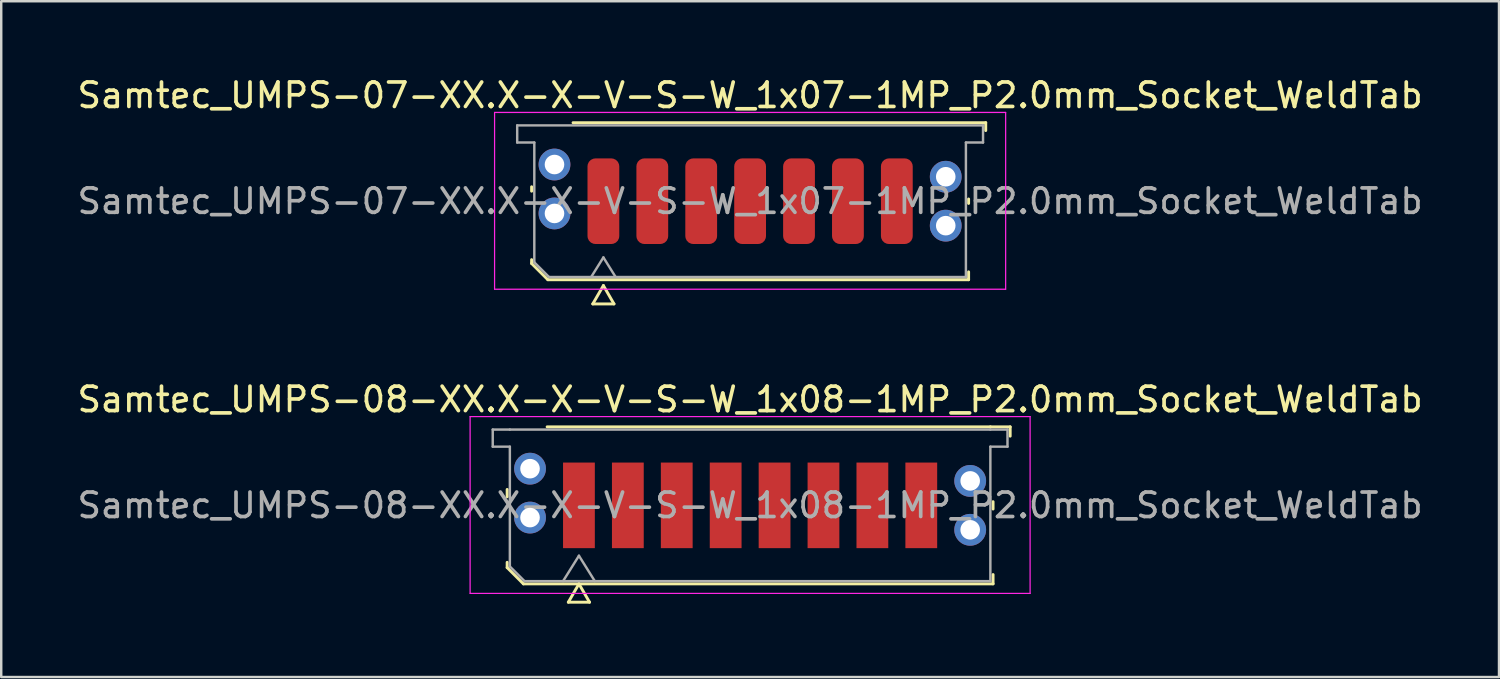
<source format=kicad_pcb>
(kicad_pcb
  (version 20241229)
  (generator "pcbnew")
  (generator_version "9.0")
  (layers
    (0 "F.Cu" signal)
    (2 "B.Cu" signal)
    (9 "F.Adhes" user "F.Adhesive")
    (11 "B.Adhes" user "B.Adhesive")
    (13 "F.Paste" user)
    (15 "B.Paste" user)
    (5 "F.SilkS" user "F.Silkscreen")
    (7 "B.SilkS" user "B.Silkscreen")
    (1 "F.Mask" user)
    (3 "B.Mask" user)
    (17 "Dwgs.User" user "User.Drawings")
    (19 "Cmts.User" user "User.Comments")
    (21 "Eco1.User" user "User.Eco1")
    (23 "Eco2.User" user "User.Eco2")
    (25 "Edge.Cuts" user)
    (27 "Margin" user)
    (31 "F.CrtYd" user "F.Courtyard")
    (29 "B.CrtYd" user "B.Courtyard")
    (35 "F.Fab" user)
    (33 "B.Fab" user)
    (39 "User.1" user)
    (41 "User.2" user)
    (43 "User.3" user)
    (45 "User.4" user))
  (footprint "Samtec_UMPS-07-XX.X-X-V-S-W_1x07-1MP_P2.0mm_Socket_WeldTab"
    (layer "F.Cu")
    (at 27.625 5.178)
    (property "Reference" "Samtec_UMPS-07-XX.X-X-V-S-W_1x07-1MP_P2.0mm_Socket_WeldTab" (at 0 -4.33 0) (layer "F.SilkS") (effects (font (size 1 1) (thickness 0.15))))
    (attr smd)
    (fp_line (start -8.935 -0.41) (end -8.935 -0.59) (stroke (width 0.12) (type solid)) (layer "F.SilkS"))
    (fp_line (start -8.935 2.546) (end -8.935 2.39) (stroke (width 0.12) (type solid)) (layer "F.SilkS"))
    (fp_line (start -8.271 3.21) (end -8.935 2.546) (stroke (width 0.12) (type solid)) (layer "F.SilkS"))
    (fp_line (start -7.24 -3.21) (end 9.635 -3.21) (stroke (width 0.12) (type solid)) (layer "F.SilkS"))
    (fp_line (start -6.433 4.2) (end -6 3.45) (stroke (width 0.12) (type solid)) (layer "F.SilkS"))
    (fp_line (start -6 3.45) (end -5.567 4.2) (stroke (width 0.12) (type solid)) (layer "F.SilkS"))
    (fp_line (start -5.567 4.2) (end -6.433 4.2) (stroke (width 0.12) (type solid)) (layer "F.SilkS"))
    (fp_line (start 8.935 -0.09) (end 8.935 0.09) (stroke (width 0.12) (type solid)) (layer "F.SilkS"))
    (fp_line (start 8.935 2.89) (end 8.935 3.21) (stroke (width 0.12) (type solid)) (layer "F.SilkS"))
    (fp_line (start 8.935 3.21) (end -8.271 3.21) (stroke (width 0.12) (type solid)) (layer "F.SilkS"))
    (fp_line (start 9.635 -3.21) (end 9.635 -2.89) (stroke (width 0.12) (type solid)) (layer "F.SilkS"))
    (fp_line (start -10.45 -3.63) (end -10.45 3.6) (stroke (width 0.05) (type solid)) (layer "F.CrtYd"))
    (fp_line (start -10.45 3.6) (end 10.45 3.6) (stroke (width 0.05) (type solid)) (layer "F.CrtYd"))
    (fp_line (start 10.45 -3.63) (end -10.45 -3.63) (stroke (width 0.05) (type solid)) (layer "F.CrtYd"))
    (fp_line (start 10.45 3.6) (end 10.45 -3.63) (stroke (width 0.05) (type solid)) (layer "F.CrtYd"))
    (fp_line (start -9.525 -3.1) (end 9.525 -3.1) (stroke (width 0.1) (type solid)) (layer "F.Fab"))
    (fp_line (start -9.525 -2.4) (end -9.525 -3.1) (stroke (width 0.1) (type solid)) (layer "F.Fab"))
    (fp_line (start -8.825 -2.4) (end -9.525 -2.4) (stroke (width 0.1) (type solid)) (layer "F.Fab"))
    (fp_line (start -8.825 2.5) (end -8.825 -2.4) (stroke (width 0.1) (type solid)) (layer "F.Fab"))
    (fp_line (start -8.225 3.1) (end -8.825 2.5) (stroke (width 0.1) (type solid)) (layer "F.Fab"))
    (fp_line (start -6.5 3.1) (end -6 2.3) (stroke (width 0.1) (type solid)) (layer "F.Fab"))
    (fp_line (start -6 2.3) (end -5.5 3.1) (stroke (width 0.1) (type solid)) (layer "F.Fab"))
    (fp_line (start 8.825 -2.4) (end 8.825 3.1) (stroke (width 0.1) (type solid)) (layer "F.Fab"))
    (fp_line (start 8.825 3.1) (end -8.225 3.1) (stroke (width 0.1) (type solid)) (layer "F.Fab"))
    (fp_line (start 9.525 -3.1) (end 9.525 -2.4) (stroke (width 0.1) (type solid)) (layer "F.Fab"))
    (fp_line (start 9.525 -2.4) (end 8.825 -2.4) (stroke (width 0.1) (type solid)) (layer "F.Fab"))
    (fp_text user "${REFERENCE}" (at 0 0 0) (layer "F.Fab") (effects (font (size 1 1) (thickness 0.15))))
    (pad "" smd rect (at -8.725 -1.99) (size 2.45 2.28) (layers "F.Paste"))
    (pad "" smd rect (at -8.725 0.99) (size 2.45 2.28) (layers "F.Paste"))
    (pad "" smd rect (at 8.725 -1.49) (size 2.45 2.28) (layers "F.Paste"))
    (pad "" smd rect (at 8.725 1.49) (size 2.45 2.28) (layers "F.Paste"))
    (pad "1" smd roundrect (at -6 0) (size 1.3 3.5) (layers "F.Cu" "F.Mask" "F.Paste") (roundrect_rratio 0.25))
    (pad "2" smd roundrect (at -4 0) (size 1.3 3.5) (layers "F.Cu" "F.Mask" "F.Paste") (roundrect_rratio 0.25))
    (pad "3" smd roundrect (at -2 0) (size 1.3 3.5) (layers "F.Cu" "F.Mask" "F.Paste") (roundrect_rratio 0.25))
    (pad "4" smd roundrect (at 0 0) (size 1.3 3.5) (layers "F.Cu" "F.Mask" "F.Paste") (roundrect_rratio 0.25))
    (pad "5" smd roundrect (at 2 0) (size 1.3 3.5) (layers "F.Cu" "F.Mask" "F.Paste") (roundrect_rratio 0.25))
    (pad "6" smd roundrect (at 4 0) (size 1.3 3.5) (layers "F.Cu" "F.Mask" "F.Paste") (roundrect_rratio 0.25))
    (pad "7" smd roundrect (at 6 0) (size 1.3 3.5) (layers "F.Cu" "F.Mask" "F.Paste") (roundrect_rratio 0.25))
    (pad "MP" thru_hole circle (at -8 -1.5) (size 1.3 1.3) (drill 0.8) (layers "*.Cu" "*.Mask"))
    (pad "MP" thru_hole circle (at -8 0.5) (size 1.3 1.3) (drill 0.8) (layers "*.Cu" "*.Mask"))
    (pad "MP" thru_hole circle (at 8 -1) (size 1.3 1.3) (drill 0.8) (layers "*.Cu" "*.Mask"))
    (pad "MP" thru_hole circle (at 8 1) (size 1.3 1.3) (drill 0.8) (layers "*.Cu" "*.Mask")))
  (footprint "Samtec_UMPS-08-XX.X-X-V-S-W_1x08-1MP_P2.0mm_Socket_WeldTab"
    (layer "F.Cu")
    (at 27.625 17.616)
    (property "Reference" "Samtec_UMPS-08-XX.X-X-V-S-W_1x08-1MP_P2.0mm_Socket_WeldTab" (at 0 -4.33 0) (layer "F.SilkS") (effects (font (size 1 1) (thickness 0.15))))
    (attr smd)
    (fp_line (start -9.935 -0.35) (end -9.935 -0.65) (stroke (width 0.12) (type solid)) (layer "F.SilkS"))
    (fp_line (start -9.935 2.546) (end -9.935 2.33) (stroke (width 0.12) (type solid)) (layer "F.SilkS"))
    (fp_line (start -9.271 3.21) (end -9.935 2.546) (stroke (width 0.12) (type solid)) (layer "F.SilkS"))
    (fp_line (start -8.3 -3.21) (end 9.825 -3.21) (stroke (width 0.12) (type solid)) (layer "F.SilkS"))
    (fp_line (start -7.433 3.96) (end -7 3.21) (stroke (width 0.12) (type solid)) (layer "F.SilkS"))
    (fp_line (start -7 3.21) (end -6.567 3.96) (stroke (width 0.12) (type solid)) (layer "F.SilkS"))
    (fp_line (start -6.567 3.96) (end -7.433 3.96) (stroke (width 0.12) (type solid)) (layer "F.SilkS"))
    (fp_line (start 9.825 -3.21) (end 10.635 -3.21) (stroke (width 0.12) (type solid)) (layer "F.SilkS"))
    (fp_line (start 9.935 -0.15) (end 9.935 0.15) (stroke (width 0.12) (type solid)) (layer "F.SilkS"))
    (fp_line (start 9.935 2.83) (end 9.935 3.21) (stroke (width 0.12) (type solid)) (layer "F.SilkS"))
    (fp_line (start 9.935 3.21) (end -9.271 3.21) (stroke (width 0.12) (type solid)) (layer "F.SilkS"))
    (fp_line (start 10.635 -3.21) (end 10.635 -2.83) (stroke (width 0.12) (type solid)) (layer "F.SilkS"))
    (fp_line (start -11.45 -3.63) (end -11.45 3.6) (stroke (width 0.05) (type solid)) (layer "F.CrtYd"))
    (fp_line (start -11.45 3.6) (end 11.45 3.6) (stroke (width 0.05) (type solid)) (layer "F.CrtYd"))
    (fp_line (start 11.45 -3.63) (end -11.45 -3.63) (stroke (width 0.05) (type solid)) (layer "F.CrtYd"))
    (fp_line (start 11.45 3.6) (end 11.45 -3.63) (stroke (width 0.05) (type solid)) (layer "F.CrtYd"))
    (fp_line (start -10.525 -3.1) (end -9.825 -3.1) (stroke (width 0.1) (type solid)) (layer "F.Fab"))
    (fp_line (start -10.525 -2.4) (end -10.525 -3.1) (stroke (width 0.1) (type solid)) (layer "F.Fab"))
    (fp_line (start -9.825 -3.1) (end 9.825 -3.1) (stroke (width 0.1) (type solid)) (layer "F.Fab"))
    (fp_line (start -9.825 -2.4) (end -10.525 -2.4) (stroke (width 0.1) (type solid)) (layer "F.Fab"))
    (fp_line (start -9.825 2.5) (end -9.825 -2.4) (stroke (width 0.1) (type solid)) (layer "F.Fab"))
    (fp_line (start -9.225 3.1) (end -9.825 2.5) (stroke (width 0.1) (type solid)) (layer "F.Fab"))
    (fp_line (start -7 2.06) (end -7.65 3.1) (stroke (width 0.1) (type solid)) (layer "F.Fab"))
    (fp_line (start -7 2.06) (end -6.35 3.1) (stroke (width 0.1) (type solid)) (layer "F.Fab"))
    (fp_line (start 9.825 -3.1) (end 10.525 -3.1) (stroke (width 0.1) (type solid)) (layer "F.Fab"))
    (fp_line (start 9.825 -2.4) (end 9.825 3.1) (stroke (width 0.1) (type solid)) (layer "F.Fab"))
    (fp_line (start 9.825 3.1) (end -9.225 3.1) (stroke (width 0.1) (type solid)) (layer "F.Fab"))
    (fp_line (start 10.525 -3.1) (end 10.525 -2.4) (stroke (width 0.1) (type solid)) (layer "F.Fab"))
    (fp_line (start 10.525 -2.4) (end 9.825 -2.4) (stroke (width 0.1) (type solid)) (layer "F.Fab"))
    (fp_text user "${REFERENCE}" (at 0 0 0) (layer "F.Fab") (effects (font (size 1 1) (thickness 0.15))))
    (pad "" smd rect (at -9.725 -1.99) (size 2.45 2.28) (layers "F.Paste"))
    (pad "" smd rect (at -9.725 0.99) (size 2.45 2.28) (layers "F.Paste"))
    (pad "" smd rect (at 9.725 -1.49) (size 2.45 2.28) (layers "F.Paste"))
    (pad "" smd rect (at 9.725 1.49) (size 2.45 2.28) (layers "F.Paste"))
    (pad "1" smd rect (at -7 0) (size 1.3 3.5) (layers "F.Cu" "F.Mask" "F.Paste"))
    (pad "2" smd rect (at -5 0) (size 1.3 3.5) (layers "F.Cu" "F.Mask" "F.Paste"))
    (pad "3" smd rect (at -3 0) (size 1.3 3.5) (layers "F.Cu" "F.Mask" "F.Paste"))
    (pad "4" smd rect (at -1 0) (size 1.3 3.5) (layers "F.Cu" "F.Mask" "F.Paste"))
    (pad "5" smd rect (at 1 0) (size 1.3 3.5) (layers "F.Cu" "F.Mask" "F.Paste"))
    (pad "6" smd rect (at 3 0) (size 1.3 3.5) (layers "F.Cu" "F.Mask" "F.Paste"))
    (pad "7" smd rect (at 5 0) (size 1.3 3.5) (layers "F.Cu" "F.Mask" "F.Paste"))
    (pad "8" smd rect (at 7 0) (size 1.3 3.5) (layers "F.Cu" "F.Mask" "F.Paste"))
    (pad "MP" thru_hole circle (at -9 -1.5) (size 1.3 1.3) (drill 0.8) (layers "*.Cu" "*.Mask"))
    (pad "MP" thru_hole circle (at -9 0.5) (size 1.3 1.3) (drill 0.8) (layers "*.Cu" "*.Mask"))
    (pad "MP" thru_hole circle (at 9 -1) (size 1.3 1.3) (drill 0.8) (layers "*.Cu" "*.Mask"))
    (pad "MP" thru_hole circle (at 9 1) (size 1.3 1.3) (drill 0.8) (layers "*.Cu" "*.Mask")))
  (gr_rect
    (start -3 -3)
    (end 58.25 24.637)
    (stroke (width 0.1) (type default))
    (fill no)
    (layer "Edge.Cuts")))
</source>
